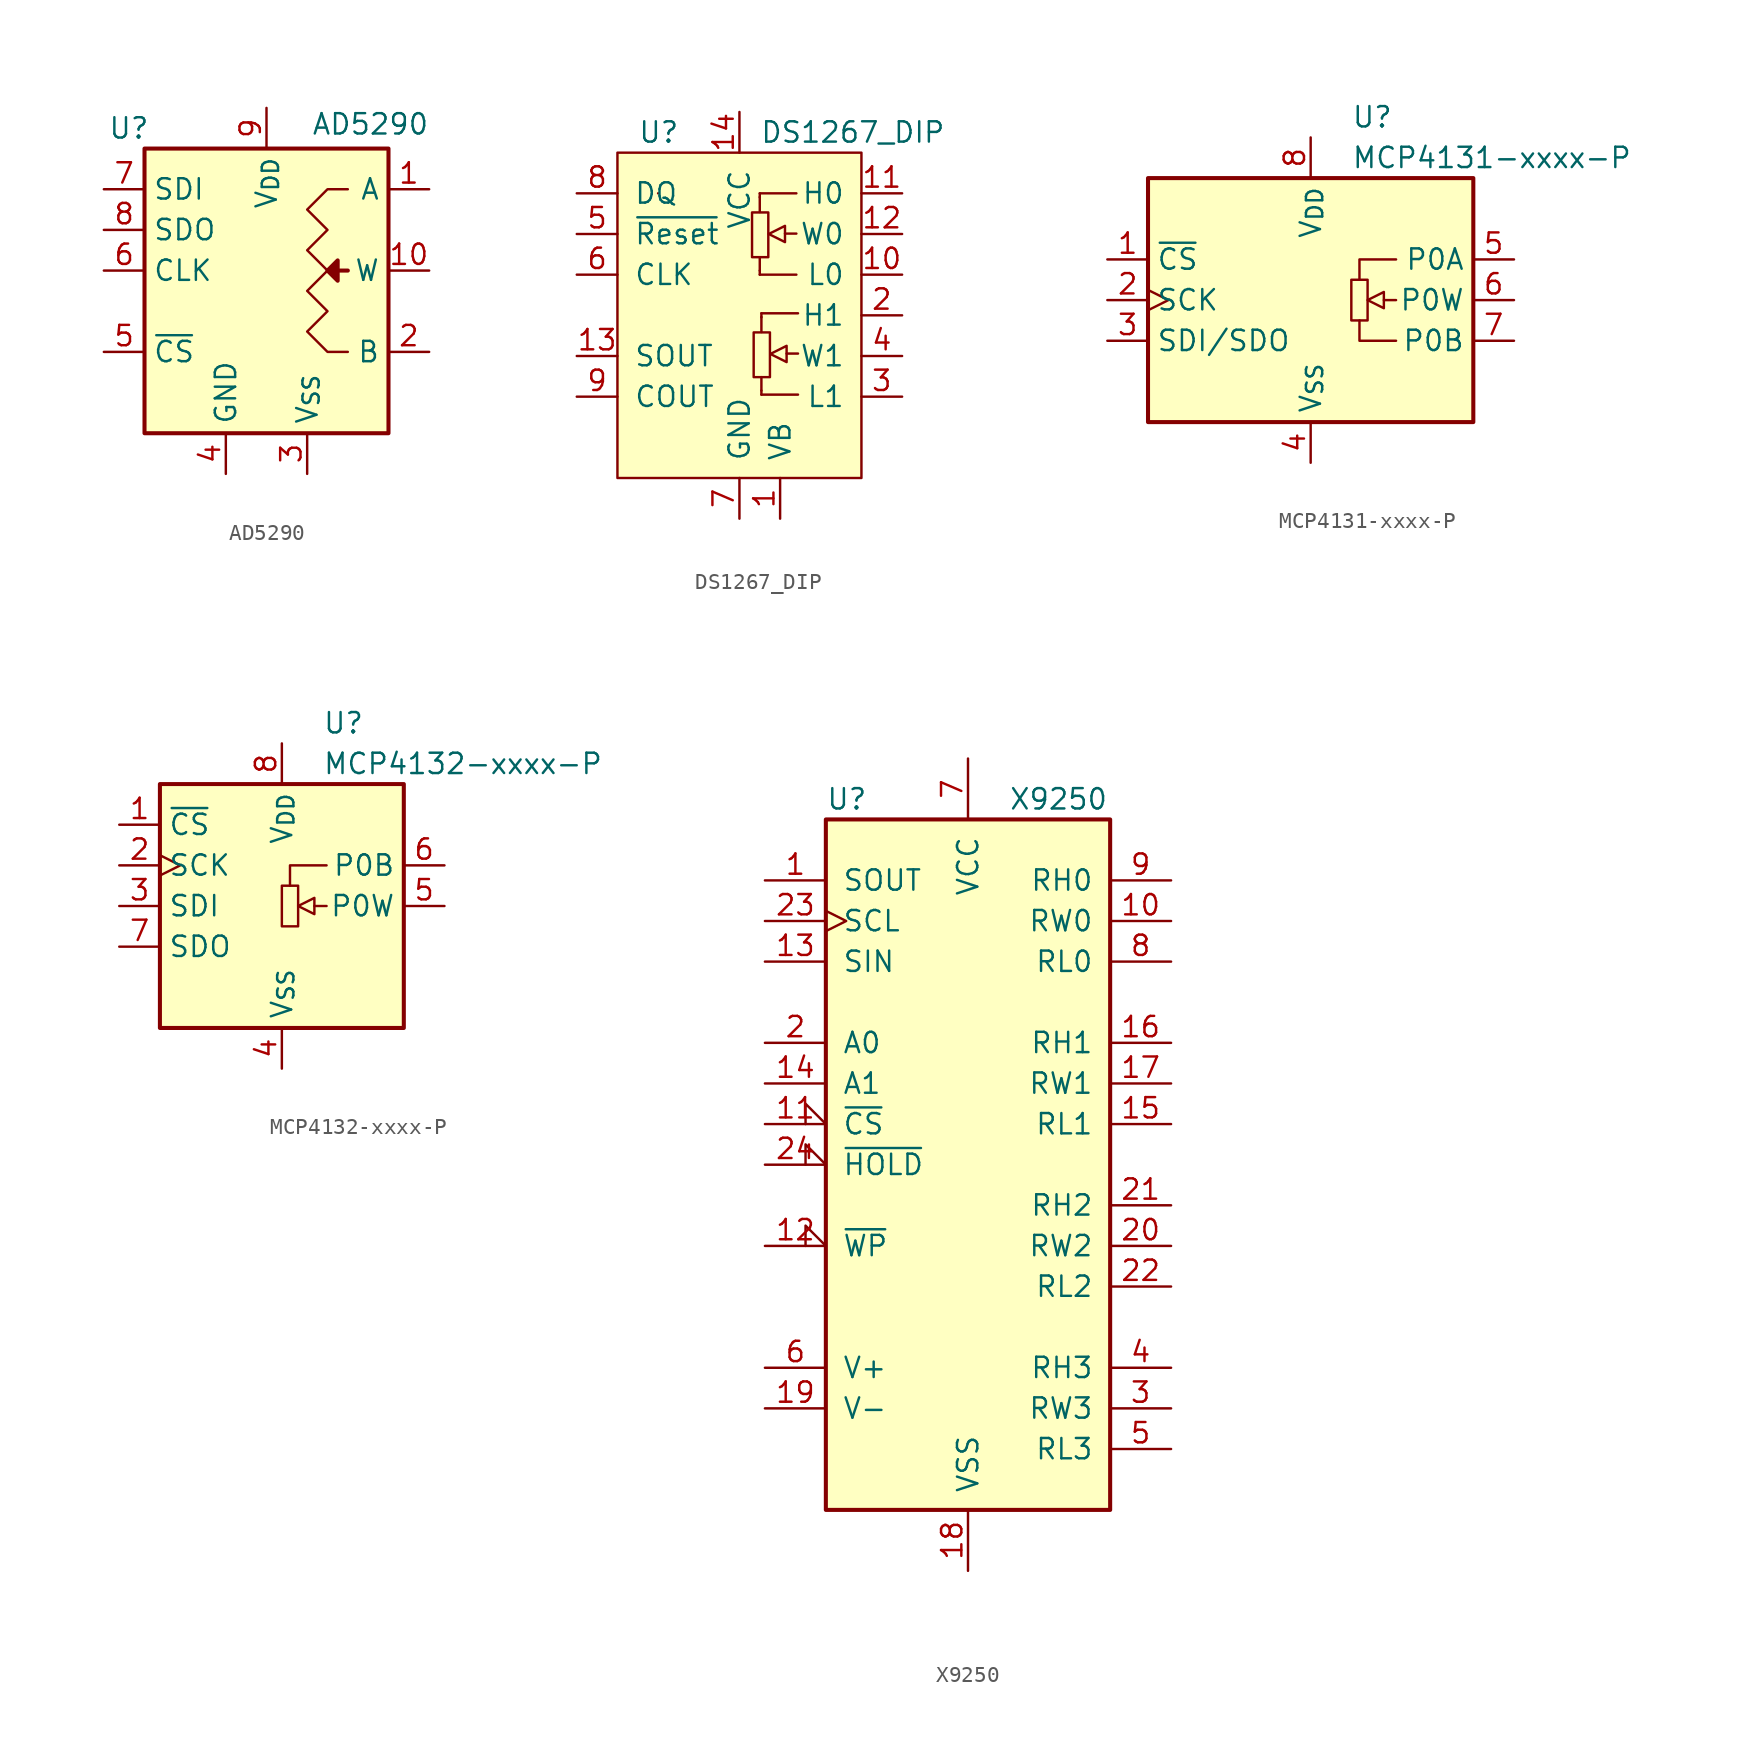
<source format=kicad_sym>
(kicad_symbol_lib
  (version 20231120)
  (generator "kicad_symbol_editor")
  (generator_version "8.0")
  (symbol "AD5290"
    (property "Reference" "U"
      (at -9.906 8.89 0)
      (effects (font (size 1.27 1.27)) (justify left)))
    (property "Value" "AD5290"
      (at 2.794 9.144 0)
      (effects (font (size 1.27 1.27)) (justify left)))
    (symbol "AD5290_0_1"
      (rectangle (start -7.62 7.62) (end 7.62 -10.16) (stroke (width 0.254) (type default)) (fill (type background)))
      (polyline (pts (xy 4.445 0) (xy 5.08 0)) (stroke (width 0.254) (type default)) (fill (type none)))
      (polyline (pts (xy 3.81 0) (xy 4.445 0.635) (xy 4.445 -0.635) (xy 3.81 0)) (stroke (width 0.254) (type default)) (fill (type outline)))
      (polyline (pts (xy 5.08 5.08) (xy 3.81 5.08) (xy 2.54 3.81) (xy 3.81 2.54) (xy 2.54 1.27) (xy 3.81 0) (xy 2.54 -1.27) (xy 3.81 -2.54) (xy 2.54 -3.81) (xy 3.81 -5.08) (xy 5.08 -5.08) (xy 5.08 -5.08) (xy 5.08 -5.08)) (stroke (width 0) (type default)) (fill (type none))))
    (symbol "AD5290_1_1"
      (pin passive line (at 10.16 5.08 180) (length 2.54) (name "A" (effects (font (size 1.27 1.27)))) (number "1" (effects (font (size 1.27 1.27)))))
      (pin passive line (at 10.16 0 180) (length 2.54) (name "W" (effects (font (size 1.27 1.27)))) (number "10" (effects (font (size 1.27 1.27)))))
      (pin passive line (at 10.16 -5.08 180) (length 2.54) (name "B" (effects (font (size 1.27 1.27)))) (number "2" (effects (font (size 1.27 1.27)))))
      (pin power_in line (at 2.54 -12.7 90) (length 2.54) (name "V_{SS}" (effects (font (size 1.27 1.27)))) (number "3" (effects (font (size 1.27 1.27)))))
      (pin power_in line (at -2.54 -12.7 90) (length 2.54) (name "GND" (effects (font (size 1.27 1.27)))) (number "4" (effects (font (size 1.27 1.27)))))
      (pin input line (at -10.16 -5.08 0) (length 2.54) (name "~{CS}" (effects (font (size 1.27 1.27)))) (number "5" (effects (font (size 1.27 1.27)))))
      (pin input line (at -10.16 0 0) (length 2.54) (name "CLK" (effects (font (size 1.27 1.27)))) (number "6" (effects (font (size 1.27 1.27)))))
      (pin input line (at -10.16 5.08 0) (length 2.54) (name "SDI" (effects (font (size 1.27 1.27)))) (number "7" (effects (font (size 1.27 1.27)))))
      (pin output line (at -10.16 2.54 0) (length 2.54) (name "SDO" (effects (font (size 1.27 1.27)))) (number "8" (effects (font (size 1.27 1.27)))))
      (pin power_in line (at 0 10.16 270) (length 2.54) (name "V_{DD}" (effects (font (size 1.27 1.27)))) (number "9" (effects (font (size 1.27 1.27)))))))
  (symbol "DS1267_DIP"
    (pin_names
      (offset 1.016))
    (property "Reference" "U"
      (at -6.35 11.43 0)
      (effects (font (size 1.27 1.27)) (justify left)))
    (property "Value" "DS1267_DIP"
      (at 1.27 11.43 0)
      (effects (font (size 1.27 1.27)) (justify left)))
    (symbol "DS1267_DIP_0_1"
      (rectangle (start -7.62 10.16) (end 7.62 -10.16) (stroke (width 0) (type default)) (fill (type background)))
      (rectangle (start -5.08 7.62) (end -5.08 7.62) (stroke (width 0) (type default)) (fill (type none)))
      (polyline (pts (xy 1.27 2.794) (xy 1.27 3.632)) (stroke (width 0) (type default)) (fill (type none)))
      (polyline (pts (xy 1.27 7.391) (xy 1.27 6.452)) (stroke (width 0) (type default)) (fill (type none)))
      (polyline (pts (xy 1.372 -4.699) (xy 1.372 -3.861)) (stroke (width 0) (type default)) (fill (type none)))
      (polyline (pts (xy 1.372 -0.102) (xy 1.372 -1.041)) (stroke (width 0) (type default)) (fill (type none)))
      (polyline (pts (xy 2.845 5.105) (xy 3.556 5.105)) (stroke (width 0) (type default)) (fill (type none)))
      (polyline (pts (xy 2.946 -2.388) (xy 3.658 -2.388)) (stroke (width 0) (type default)) (fill (type none)))
      (polyline (pts (xy 1.27 2.54) (xy 1.27 2.794) (xy 1.27 2.794)) (stroke (width 0) (type default)) (fill (type background)))
      (polyline (pts (xy 1.27 2.54) (xy 3.556 2.54) (xy 3.556 2.54)) (stroke (width 0) (type default)) (fill (type background)))
      (polyline (pts (xy 1.27 7.62) (xy 1.27 7.366) (xy 1.27 7.366)) (stroke (width 0) (type default)) (fill (type none)))
      (polyline (pts (xy 1.27 7.62) (xy 3.556 7.62) (xy 3.556 7.62)) (stroke (width 0) (type default)) (fill (type background)))
      (polyline (pts (xy 1.372 -4.953) (xy 1.372 -4.699) (xy 1.372 -4.699)) (stroke (width 0) (type default)) (fill (type background)))
      (polyline (pts (xy 1.372 -4.953) (xy 3.658 -4.953) (xy 3.658 -4.953)) (stroke (width 0) (type default)) (fill (type background)))
      (polyline (pts (xy 1.372 0.127) (xy 1.372 -0.127) (xy 1.372 -0.127)) (stroke (width 0) (type default)) (fill (type none)))
      (polyline (pts (xy 1.372 0.127) (xy 3.658 0.127) (xy 3.658 0.127)) (stroke (width 0) (type default)) (fill (type background)))
      (polyline (pts (xy 2.845 5.588) (xy 2.845 4.572) (xy 1.829 5.08) (xy 2.845 5.588) (xy 2.845 5.588)) (stroke (width 0) (type default)) (fill (type background)))
      (polyline (pts (xy 2.946 -1.905) (xy 2.946 -2.921) (xy 1.93 -2.413) (xy 2.946 -1.905) (xy 2.946 -1.905)) (stroke (width 0) (type default)) (fill (type background)))
      (rectangle (start 0.787 6.426) (end 1.803 3.632) (stroke (width 0) (type default)) (fill (type none)))
      (rectangle (start 0.889 -1.067) (end 1.905 -3.861) (stroke (width 0) (type default)) (fill (type none))))
    (symbol "DS1267_DIP_1_1"
      (pin power_in line (at 2.54 -12.7 90) (length 2.54) (name "VB" (effects (font (size 1.27 1.27)))) (number "1" (effects (font (size 1.27 1.27)))))
      (pin passive line (at 10.16 2.54 180) (length 2.54) (name "L0" (effects (font (size 1.27 1.27)))) (number "10" (effects (font (size 1.27 1.27)))))
      (pin passive line (at 10.16 7.62 180) (length 2.54) (name "H0" (effects (font (size 1.27 1.27)))) (number "11" (effects (font (size 1.27 1.27)))))
      (pin passive line (at 10.16 5.08 180) (length 2.54) (name "W0" (effects (font (size 1.27 1.27)))) (number "12" (effects (font (size 1.27 1.27)))))
      (pin output line (at -10.16 -2.54 0) (length 2.54) (name "SOUT" (effects (font (size 1.27 1.27)))) (number "13" (effects (font (size 1.27 1.27)))))
      (pin power_in line (at 0 12.7 270) (length 2.54) (name "VCC" (effects (font (size 1.27 1.27)))) (number "14" (effects (font (size 1.27 1.27)))))
      (pin passive line (at 10.16 0 180) (length 2.54) (name "H1" (effects (font (size 1.27 1.27)))) (number "2" (effects (font (size 1.27 1.27)))))
      (pin passive line (at 10.16 -5.08 180) (length 2.54) (name "L1" (effects (font (size 1.27 1.27)))) (number "3" (effects (font (size 1.27 1.27)))))
      (pin passive line (at 10.16 -2.54 180) (length 2.54) (name "W1" (effects (font (size 1.27 1.27)))) (number "4" (effects (font (size 1.27 1.27)))))
      (pin input line (at -10.16 5.08 0) (length 2.54) (name "~{Reset}" (effects (font (size 1.27 1.27)))) (number "5" (effects (font (size 1.27 1.27)))))
      (pin input line (at -10.16 2.54 0) (length 2.54) (name "CLK" (effects (font (size 1.27 1.27)))) (number "6" (effects (font (size 1.27 1.27)))))
      (pin power_in line (at 0 -12.7 90) (length 2.54) (name "GND" (effects (font (size 1.27 1.27)))) (number "7" (effects (font (size 1.27 1.27)))))
      (pin input line (at -10.16 7.62 0) (length 2.54) (name "DQ" (effects (font (size 1.27 1.27)))) (number "8" (effects (font (size 1.27 1.27)))))
      (pin output line (at -10.16 -5.08 0) (length 2.54) (name "COUT" (effects (font (size 1.27 1.27)))) (number "9" (effects (font (size 1.27 1.27)))))))
  (symbol "MCP4131-xxxx-P"
    (property "Reference" "U"
      (at 2.54 11.43 0)
      (effects (font (size 1.27 1.27)) (justify left)))
    (property "Value" "MCP4131-xxxx-P"
      (at 2.54 8.89 0)
      (effects (font (size 1.27 1.27)) (justify left)))
    (symbol "MCP4131-xxxx-P_0_0"
      (pin input line (at -12.7 2.54 0) (length 2.54) (name "~{CS}" (effects (font (size 1.27 1.27)))) (number "1" (effects (font (size 1.27 1.27)))))
      (pin input clock (at -12.7 0 0) (length 2.54) (name "SCK" (effects (font (size 1.27 1.27)))) (number "2" (effects (font (size 1.27 1.27)))))
      (pin bidirectional line (at -12.7 -2.54 0) (length 2.54) (name "SDI/SDO" (effects (font (size 1.27 1.27)))) (number "3" (effects (font (size 1.27 1.27)))))
      (pin power_in line (at 0 -10.16 90) (length 2.54) (name "V_{SS}" (effects (font (size 1.27 1.27)))) (number "4" (effects (font (size 1.27 1.27)))))
      (pin passive line (at 12.7 2.54 180) (length 2.54) (name "P0A" (effects (font (size 1.27 1.27)))) (number "5" (effects (font (size 1.27 1.27)))))
      (pin passive line (at 12.7 0 180) (length 2.54) (name "P0W" (effects (font (size 1.27 1.27)))) (number "6" (effects (font (size 1.27 1.27)))))
      (pin passive line (at 12.7 -2.54 180) (length 2.54) (name "P0B" (effects (font (size 1.27 1.27)))) (number "7" (effects (font (size 1.27 1.27)))))
      (pin power_in line (at 0 10.16 270) (length 2.54) (name "V_{DD}" (effects (font (size 1.27 1.27)))) (number "8" (effects (font (size 1.27 1.27))))))
    (symbol "MCP4131-xxxx-P_0_1"
      (polyline (pts (xy 4.572 0) (xy 5.334 0)) (stroke (width 0) (type default)) (fill (type none)))
      (polyline (pts (xy 3.048 -1.27) (xy 3.048 -2.54) (xy 5.334 -2.54)) (stroke (width 0) (type default)) (fill (type none)))
      (polyline (pts (xy 5.334 2.54) (xy 3.048 2.54) (xy 3.048 1.27)) (stroke (width 0) (type default)) (fill (type none)))
      (polyline (pts (xy 4.572 0.508) (xy 3.556 0) (xy 4.572 -0.508) (xy 4.572 0.508)) (stroke (width 0) (type default)) (fill (type none)))
      (rectangle (start 2.54 1.27) (end 3.556 -1.27) (stroke (width 0) (type default)) (fill (type none))))
    (symbol "MCP4131-xxxx-P_1_1"
      (rectangle (start -10.16 7.62) (end 10.16 -7.62) (stroke (width 0.254) (type default)) (fill (type background)))))
  (symbol "MCP4132-xxxx-P"
    (property "Reference" "U"
      (at 2.54 11.43 0)
      (effects (font (size 1.27 1.27)) (justify left)))
    (property "Value" "MCP4132-xxxx-P"
      (at 2.54 8.89 0)
      (effects (font (size 1.27 1.27)) (justify left)))
    (symbol "MCP4132-xxxx-P_0_0"
      (pin input line (at -10.16 5.08 0) (length 2.54) (name "~{CS}" (effects (font (size 1.27 1.27)))) (number "1" (effects (font (size 1.27 1.27)))))
      (pin input clock (at -10.16 2.54 0) (length 2.54) (name "SCK" (effects (font (size 1.27 1.27)))) (number "2" (effects (font (size 1.27 1.27)))))
      (pin power_in line (at 0 -10.16 90) (length 2.54) (name "V_{SS}" (effects (font (size 1.27 1.27)))) (number "4" (effects (font (size 1.27 1.27)))))
      (pin power_in line (at 0 10.16 270) (length 2.54) (name "V_{DD}" (effects (font (size 1.27 1.27)))) (number "8" (effects (font (size 1.27 1.27))))))
    (symbol "MCP4132-xxxx-P_0_1"
      (polyline (pts (xy 2.032 0) (xy 2.794 0)) (stroke (width 0) (type default)) (fill (type none)))
      (polyline (pts (xy 2.794 2.54) (xy 0.508 2.54) (xy 0.508 1.27)) (stroke (width 0) (type default)) (fill (type none)))
      (polyline (pts (xy 2.032 0.508) (xy 1.016 0) (xy 2.032 -0.508) (xy 2.032 0.508)) (stroke (width 0) (type default)) (fill (type none)))
      (rectangle (start 0 1.27) (end 1.016 -1.27) (stroke (width 0) (type default)) (fill (type none))))
    (symbol "MCP4132-xxxx-P_1_0"
      (pin input line (at -10.16 0 0) (length 2.54) (name "SDI" (effects (font (size 1.27 1.27)))) (number "3" (effects (font (size 1.27 1.27)))))
      (pin passive line (at 10.16 0 180) (length 2.54) (name "P0W" (effects (font (size 1.27 1.27)))) (number "5" (effects (font (size 1.27 1.27)))))
      (pin passive line (at 10.16 2.54 180) (length 2.54) (name "P0B" (effects (font (size 1.27 1.27)))) (number "6" (effects (font (size 1.27 1.27)))))
      (pin output line (at -10.16 -2.54 0) (length 2.54) (name "SDO" (effects (font (size 1.27 1.27)))) (number "7" (effects (font (size 1.27 1.27))))))
    (symbol "MCP4132-xxxx-P_1_1"
      (rectangle (start -7.62 7.62) (end 7.62 -7.62) (stroke (width 0.254) (type default)) (fill (type background)))))
  (symbol "X9250"
    (pin_names
      (offset 1.016))
    (property "Reference" "U"
      (at -8.89 22.86 0)
      (effects (font (size 1.27 1.27)) (justify left)))
    (property "Value" "X9250"
      (at 2.54 22.86 0)
      (effects (font (size 1.27 1.27)) (justify left)))
    (symbol "X9250_0_0"
      (pin input input_low (at -12.7 2.54 0) (length 3.81) (name "~{CS}" (effects (font (size 1.27 1.27)))) (number "11" (effects (font (size 1.27 1.27)))))
      (pin input line (at -12.7 12.7 0) (length 3.81) (name "SIN" (effects (font (size 1.27 1.27)))) (number "13" (effects (font (size 1.27 1.27)))))
      (pin input line (at -12.7 5.08 0) (length 3.81) (name "A1" (effects (font (size 1.27 1.27)))) (number "14" (effects (font (size 1.27 1.27)))))
      (pin power_in line (at 0 -25.4 90) (length 3.81) (name "VSS" (effects (font (size 1.27 1.27)))) (number "18" (effects (font (size 1.27 1.27)))))
      (pin passive line (at -12.7 -15.24 0) (length 3.81) (name "V-" (effects (font (size 1.27 1.27)))) (number "19" (effects (font (size 1.27 1.27)))))
      (pin input line (at -12.7 7.62 0) (length 3.81) (name "A0" (effects (font (size 1.27 1.27)))) (number "2" (effects (font (size 1.27 1.27)))))
      (pin input clock (at -12.7 15.24 0) (length 3.81) (name "SCL" (effects (font (size 1.27 1.27)))) (number "23" (effects (font (size 1.27 1.27)))))
      (pin input input_low (at -12.7 0 0) (length 3.81) (name "~{HOLD}" (effects (font (size 1.27 1.27)))) (number "24" (effects (font (size 1.27 1.27)))))
      (pin passive line (at -12.7 -12.7 0) (length 3.81) (name "V+" (effects (font (size 1.27 1.27)))) (number "6" (effects (font (size 1.27 1.27)))))
      (pin power_in line (at 0 25.4 270) (length 3.81) (name "VCC" (effects (font (size 1.27 1.27)))) (number "7" (effects (font (size 1.27 1.27))))))
    (symbol "X9250_0_1"
      (rectangle (start -8.89 21.59) (end 8.89 -21.59) (stroke (width 0.254) (type default)) (fill (type background))))
    (symbol "X9250_1_1"
      (pin output line (at -12.7 17.78 0) (length 3.81) (name "SOUT" (effects (font (size 1.27 1.27)))) (number "1" (effects (font (size 1.27 1.27)))))
      (pin passive line (at 12.7 15.24 180) (length 3.81) (name "RW0" (effects (font (size 1.27 1.27)))) (number "10" (effects (font (size 1.27 1.27)))))
      (pin input input_low (at -12.7 -5.08 0) (length 3.81) (name "~{WP}" (effects (font (size 1.27 1.27)))) (number "12" (effects (font (size 1.27 1.27)))))
      (pin passive line (at 12.7 2.54 180) (length 3.81) (name "RL1" (effects (font (size 1.27 1.27)))) (number "15" (effects (font (size 1.27 1.27)))))
      (pin passive line (at 12.7 7.62 180) (length 3.81) (name "RH1" (effects (font (size 1.27 1.27)))) (number "16" (effects (font (size 1.27 1.27)))))
      (pin passive line (at 12.7 5.08 180) (length 3.81) (name "RW1" (effects (font (size 1.27 1.27)))) (number "17" (effects (font (size 1.27 1.27)))))
      (pin passive line (at 12.7 -5.08 180) (length 3.81) (name "RW2" (effects (font (size 1.27 1.27)))) (number "20" (effects (font (size 1.27 1.27)))))
      (pin passive line (at 12.7 -2.54 180) (length 3.81) (name "RH2" (effects (font (size 1.27 1.27)))) (number "21" (effects (font (size 1.27 1.27)))))
      (pin passive line (at 12.7 -7.62 180) (length 3.81) (name "RL2" (effects (font (size 1.27 1.27)))) (number "22" (effects (font (size 1.27 1.27)))))
      (pin passive line (at 12.7 -15.24 180) (length 3.81) (name "RW3" (effects (font (size 1.27 1.27)))) (number "3" (effects (font (size 1.27 1.27)))))
      (pin passive line (at 12.7 -12.7 180) (length 3.81) (name "RH3" (effects (font (size 1.27 1.27)))) (number "4" (effects (font (size 1.27 1.27)))))
      (pin passive line (at 12.7 -17.78 180) (length 3.81) (name "RL3" (effects (font (size 1.27 1.27)))) (number "5" (effects (font (size 1.27 1.27)))))
      (pin passive line (at 12.7 12.7 180) (length 3.81) (name "RL0" (effects (font (size 1.27 1.27)))) (number "8" (effects (font (size 1.27 1.27)))))
      (pin passive line (at 12.7 17.78 180) (length 3.81) (name "RH0" (effects (font (size 1.27 1.27)))) (number "9" (effects (font (size 1.27 1.27))))))))
</source>
